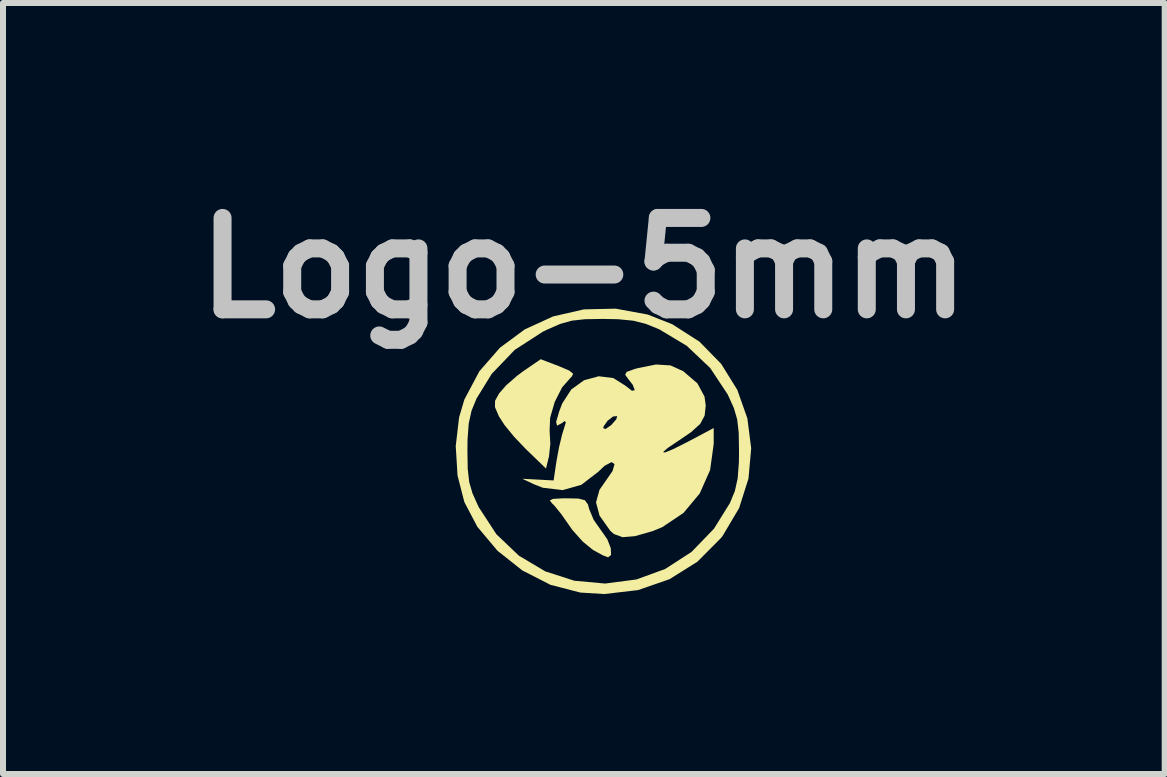
<source format=kicad_pcb>
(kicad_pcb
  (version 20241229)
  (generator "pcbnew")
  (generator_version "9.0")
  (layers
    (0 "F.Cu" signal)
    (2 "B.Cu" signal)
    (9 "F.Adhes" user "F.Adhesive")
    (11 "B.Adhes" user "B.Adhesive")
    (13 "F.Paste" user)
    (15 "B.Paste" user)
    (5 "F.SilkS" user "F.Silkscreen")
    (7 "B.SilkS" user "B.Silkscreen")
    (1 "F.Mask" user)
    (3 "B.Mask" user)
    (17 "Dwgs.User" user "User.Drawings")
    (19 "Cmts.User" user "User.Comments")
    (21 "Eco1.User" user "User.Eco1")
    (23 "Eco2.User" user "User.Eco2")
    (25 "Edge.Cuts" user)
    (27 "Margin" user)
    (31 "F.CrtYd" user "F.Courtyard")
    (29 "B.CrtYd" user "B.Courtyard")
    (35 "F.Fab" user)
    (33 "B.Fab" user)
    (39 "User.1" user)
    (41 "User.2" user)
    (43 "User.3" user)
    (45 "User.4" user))
  (footprint "Logo-5mm"
    (layer "F.Cu")
    (at 7.007 4.466)
    (property "Reference" "Logo-5mm" (at -0.323 -3.048 0) (layer "Dwgs.User") (effects (font (size 1.524 1.524) (thickness 0.3))))
    (attr board_only exclude_from_pos_files exclude_from_bom)
    (fp_poly (pts (xy -0.741 -1.412) (xy -0.567 -1.338) (xy -0.501 -1.284) (xy -0.527 -1.234) (xy -0.539 -1.224) (xy -0.686 -1.057) (xy -0.809 -0.814) (xy -0.885 -0.552) (xy -0.894 -0.339) (xy -0.882 -0.115) (xy -0.904 0.093) (xy -0.906 0.099) (xy -0.954 0.296) (xy -1.294 -0.033) (xy -1.483 -0.231) (xy -1.645 -0.429) (xy -1.74 -0.576) (xy -1.805 -0.729) (xy -1.803 -0.835) (xy -1.735 -0.958) (xy -1.616 -1.094) (xy -1.436 -1.251) (xy -1.334 -1.327) (xy -1.042 -1.527)) (stroke (width 0) (type solid)) (fill yes) (layer "F.SilkS"))
    (fp_poly (pts (xy -0.413 0.796) (xy -0.306 0.824) (xy -0.255 0.893) (xy -0.233 0.974) (xy -0.159 1.151) (xy -0.036 1.327) (xy -0.031 1.333) (xy 0.068 1.475) (xy 0.126 1.623) (xy 0.131 1.736) (xy 0.082 1.776) (xy -0.001 1.745) (xy -0.145 1.667) (xy -0.178 1.647) (xy -0.343 1.512) (xy -0.513 1.321) (xy -0.573 1.236) (xy -0.699 1.056) (xy -0.813 0.915) (xy -0.855 0.874) (xy -0.891 0.827) (xy -0.838 0.802) (xy -0.677 0.792) (xy -0.614 0.792)) (stroke (width 0) (type solid)) (fill yes) (layer "F.SilkS"))
    (fp_poly (pts (xy 0.741 -2.272) (xy 1.15 -2.111) (xy 1.604 -1.82) (xy 1.967 -1.449) (xy 2.235 -1.017) (xy 2.403 -0.542) (xy 2.467 -0.043) (xy 2.422 0.462) (xy 2.266 0.954) (xy 1.993 1.415) (xy 1.963 1.454) (xy 1.57 1.849) (xy 1.104 2.141) (xy 0.581 2.322) (xy 0.017 2.388) (xy -0.383 2.363) (xy -0.88 2.234) (xy -1.348 1.995) (xy -1.763 1.666) (xy -2.099 1.266) (xy -2.315 0.855) (xy -2.429 0.412) (xy -2.454 0) (xy -2.264 0) (xy -2.259 0.301) (xy -2.234 0.521) (xy -2.179 0.711) (xy -2.084 0.921) (xy -2.075 0.94) (xy -1.781 1.391) (xy -1.405 1.749) (xy -0.966 2.01) (xy -0.481 2.166) (xy 0.031 2.213) (xy 0.553 2.145) (xy 1.033 1.97) (xy 1.473 1.685) (xy 1.846 1.299) (xy 2.113 0.87) (xy 2.195 0.67) (xy 2.242 0.458) (xy 2.262 0.189) (xy 2.264 0) (xy 2.259 -0.301) (xy 2.234 -0.521) (xy 2.179 -0.711) (xy 2.084 -0.921) (xy 2.075 -0.94) (xy 1.783 -1.381) (xy 1.391 -1.752) (xy 0.933 -2.026) (xy 0.709 -2.117) (xy 0.497 -2.17) (xy 0.246 -2.194) (xy -0.006 -2.199) (xy -0.304 -2.194) (xy -0.523 -2.17) (xy -0.716 -2.116) (xy -0.934 -2.021) (xy -1.006 -1.986) (xy -1.475 -1.683) (xy -1.859 -1.283) (xy -2.113 -0.87) (xy -2.195 -0.67) (xy -2.242 -0.458) (xy -2.262 -0.189) (xy -2.264 0) (xy -2.454 0) (xy -2.459 -0.077) (xy -2.403 -0.558) (xy -2.315 -0.855) (xy -2.065 -1.326) (xy -1.723 -1.718) (xy -1.307 -2.025) (xy -0.834 -2.241) (xy -0.323 -2.358) (xy 0.207 -2.37)) (stroke (width 0) (type solid)) (fill yes) (layer "F.SilkS"))
    (fp_poly (pts (xy 1.121 -1.424) (xy 1.33 -1.329) (xy 1.334 -1.327) (xy 1.57 -1.125) (xy 1.689 -0.904) (xy 1.709 -0.753) (xy 1.691 -0.587) (xy 1.617 -0.449) (xy 1.465 -0.311) (xy 1.267 -0.176) (xy 1.076 -0.048) (xy 0.998 0.021) (xy 1.029 0.028) (xy 1.162 -0.026) (xy 1.394 -0.142) (xy 1.415 -0.153) (xy 1.842 -0.38) (xy 1.842 -0.115) (xy 1.782 0.321) (xy 1.609 0.711) (xy 1.339 1.035) (xy 0.986 1.272) (xy 0.823 1.339) (xy 0.529 1.423) (xy 0.323 1.44) (xy 0.179 1.388) (xy 0.117 1.333) (xy -0.061 1.081) (xy -0.12 0.86) (xy -0.062 0.65) (xy 0.033 0.514) (xy 0.156 0.336) (xy 0.188 0.222) (xy 0.14 0.188) (xy 0.024 0.249) (xy -0.085 0.352) (xy -0.365 0.567) (xy -0.676 0.655) (xy -1.007 0.616) (xy -1.152 0.559) (xy -1.349 0.466) (xy -1.088 0.48) (xy -0.827 0.494) (xy -0.78 0.176) (xy -0.736 -0.062) (xy -0.683 -0.281) (xy -0.664 -0.341) (xy -0.653 -0.377) (xy 0 -0.377) (xy 0.04 -0.364) (xy 0.132 -0.428) (xy 0.218 -0.525) (xy 0.232 -0.579) (xy 0.164 -0.572) (xy 0.072 -0.5) (xy 0.007 -0.408) (xy 0 -0.377) (xy -0.653 -0.377) (xy -0.624 -0.47) (xy -0.639 -0.498) (xy -0.692 -0.46) (xy -0.77 -0.419) (xy -0.785 -0.481) (xy -0.736 -0.651) (xy -0.683 -0.791) (xy -0.533 -1.022) (xy -0.32 -1.176) (xy -0.075 -1.243) (xy 0.168 -1.213) (xy 0.365 -1.089) (xy 0.479 -1.001) (xy 0.526 -1.011) (xy 0.493 -1.099) (xy 0.422 -1.191) (xy 0.366 -1.268) (xy 0.391 -1.316) (xy 0.519 -1.362) (xy 0.57 -1.377) (xy 0.88 -1.439)) (stroke (width 0) (type solid)) (fill yes) (layer "F.SilkS")))
  (gr_rect
    (start -3 -3)
    (end 16.368 9.854)
    (stroke (width 0.1) (type default))
    (fill no)
    (layer "Edge.Cuts")))
</source>
